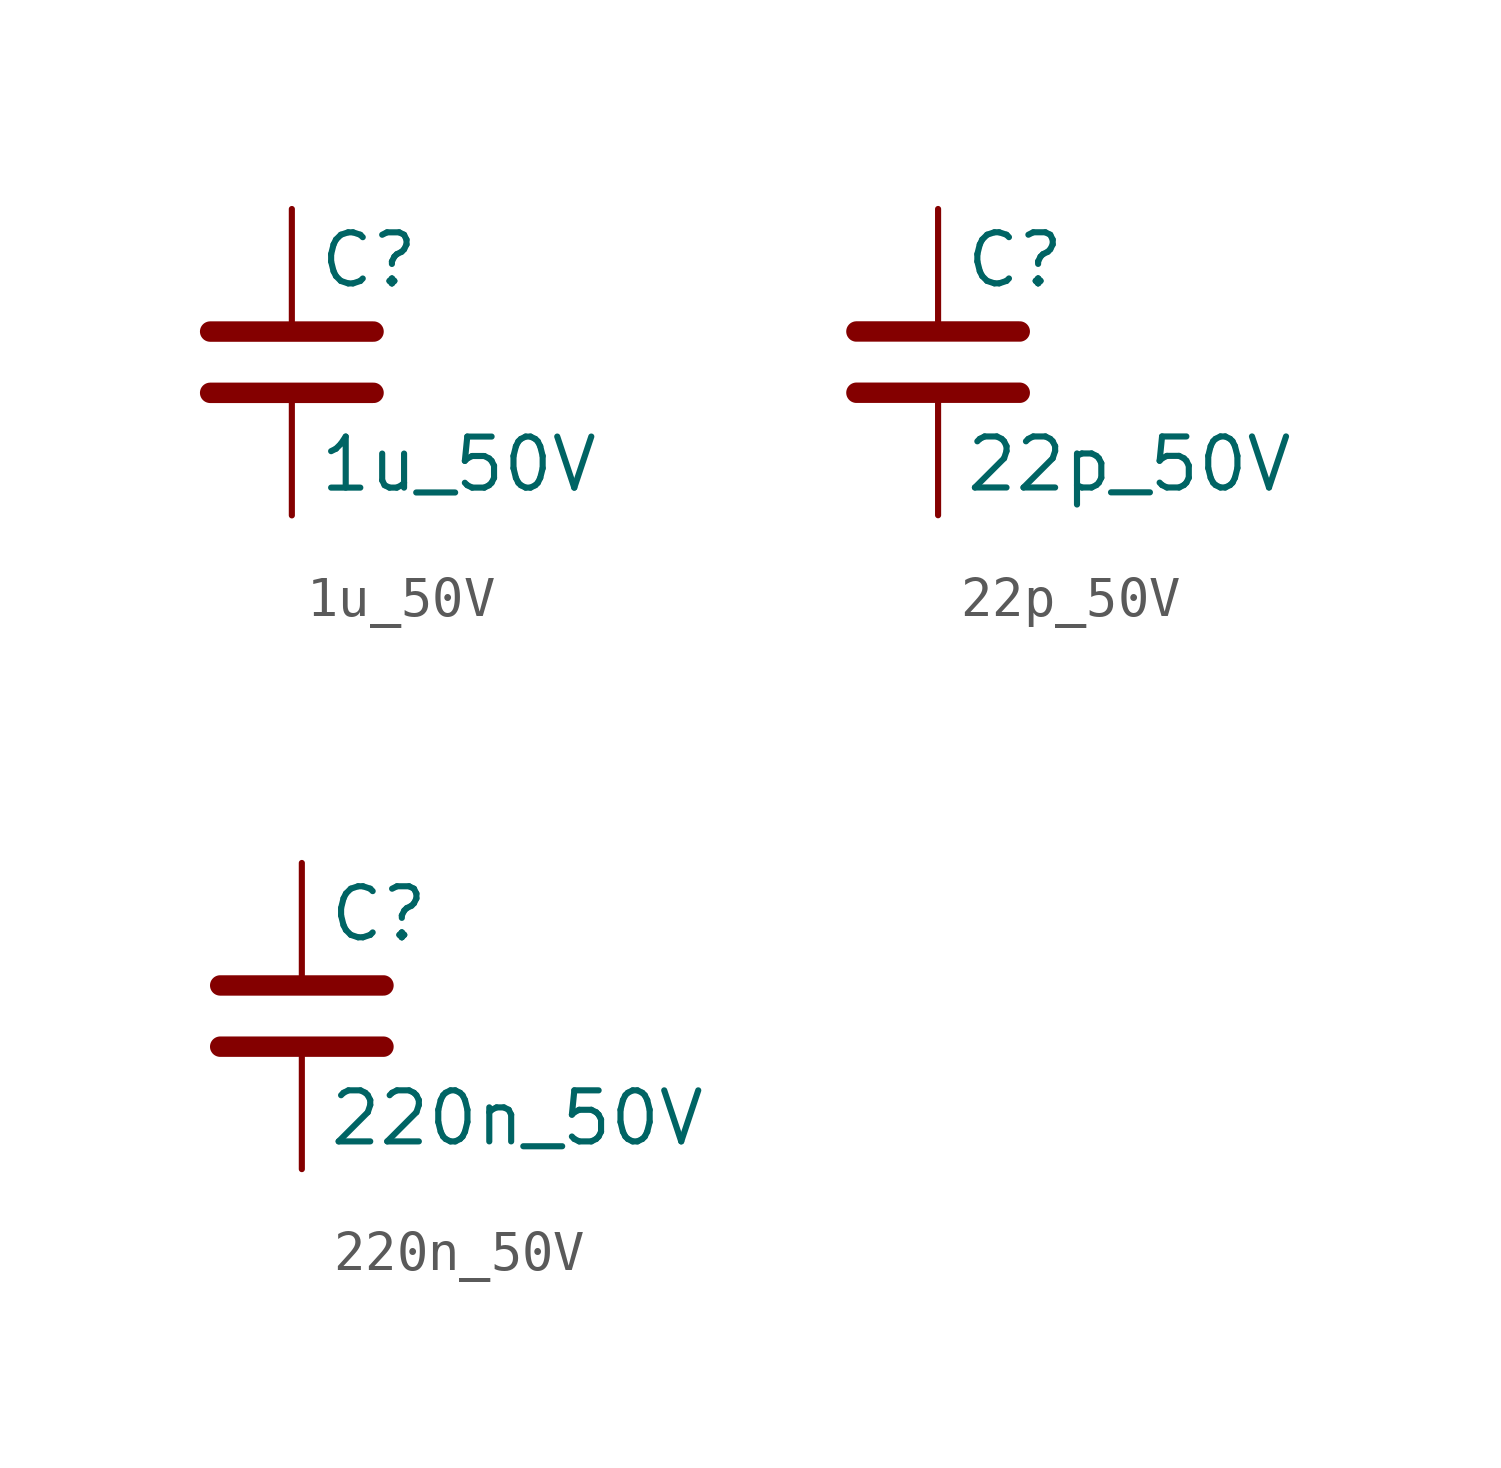
<source format=kicad_sym>
(kicad_symbol_lib
  (version 20220914)
  (generator kicad_db_lib)
  (symbol "1u_50V"
    (pin_numbers hide)
    (pin_names
      (offset 0.254))
    (property "Reference" "C"
      (at 0.635 2.54 0)
      (effects (font (size 1.27 1.27)) (justify left)))
    (property "Value" "1u_50V"
      (at 0.635 -2.54 0)
      (effects (font (size 1.27 1.27)) (justify left)))
    (symbol "1u_50V_0_1"
      (polyline (pts (xy -2.032 -0.762) (xy 2.032 -0.762)) (stroke (width 0.508) (type default)) (fill (type none)))
      (polyline (pts (xy -2.032 0.762) (xy 2.032 0.762)) (stroke (width 0.508) (type default)) (fill (type none))))
    (symbol "1u_50V_1_1"
      (pin passive line (at 0 3.81 270) (length 2.794) (name "~" (effects (font (size 1.27 1.27)))) (number "1" (effects (font (size 1.27 1.27)))))
      (pin passive line (at 0 -3.81 90) (length 2.794) (name "~" (effects (font (size 1.27 1.27)))) (number "2" (effects (font (size 1.27 1.27)))))))
  (symbol "22p_50V"
    (pin_numbers hide)
    (pin_names
      (offset 0.254))
    (property "Reference" "C"
      (at 0.635 2.54 0)
      (effects (font (size 1.27 1.27)) (justify left)))
    (property "Value" "22p_50V"
      (at 0.635 -2.54 0)
      (effects (font (size 1.27 1.27)) (justify left)))
    (symbol "22p_50V_0_1"
      (polyline (pts (xy -2.032 -0.762) (xy 2.032 -0.762)) (stroke (width 0.508) (type default)) (fill (type none)))
      (polyline (pts (xy -2.032 0.762) (xy 2.032 0.762)) (stroke (width 0.508) (type default)) (fill (type none))))
    (symbol "22p_50V_1_1"
      (pin passive line (at 0 3.81 270) (length 2.794) (name "~" (effects (font (size 1.27 1.27)))) (number "1" (effects (font (size 1.27 1.27)))))
      (pin passive line (at 0 -3.81 90) (length 2.794) (name "~" (effects (font (size 1.27 1.27)))) (number "2" (effects (font (size 1.27 1.27)))))))
  (symbol "220n_50V"
    (pin_numbers hide)
    (pin_names
      (offset 0.254))
    (property "Reference" "C"
      (at 0.635 2.54 0)
      (effects (font (size 1.27 1.27)) (justify left)))
    (property "Value" "220n_50V"
      (at 0.635 -2.54 0)
      (effects (font (size 1.27 1.27)) (justify left)))
    (symbol "220n_50V_0_1"
      (polyline (pts (xy -2.032 -0.762) (xy 2.032 -0.762)) (stroke (width 0.508) (type default)) (fill (type none)))
      (polyline (pts (xy -2.032 0.762) (xy 2.032 0.762)) (stroke (width 0.508) (type default)) (fill (type none))))
    (symbol "220n_50V_1_1"
      (pin passive line (at 0 3.81 270) (length 2.794) (name "~" (effects (font (size 1.27 1.27)))) (number "1" (effects (font (size 1.27 1.27)))))
      (pin passive line (at 0 -3.81 90) (length 2.794) (name "~" (effects (font (size 1.27 1.27)))) (number "2" (effects (font (size 1.27 1.27))))))))
</source>
